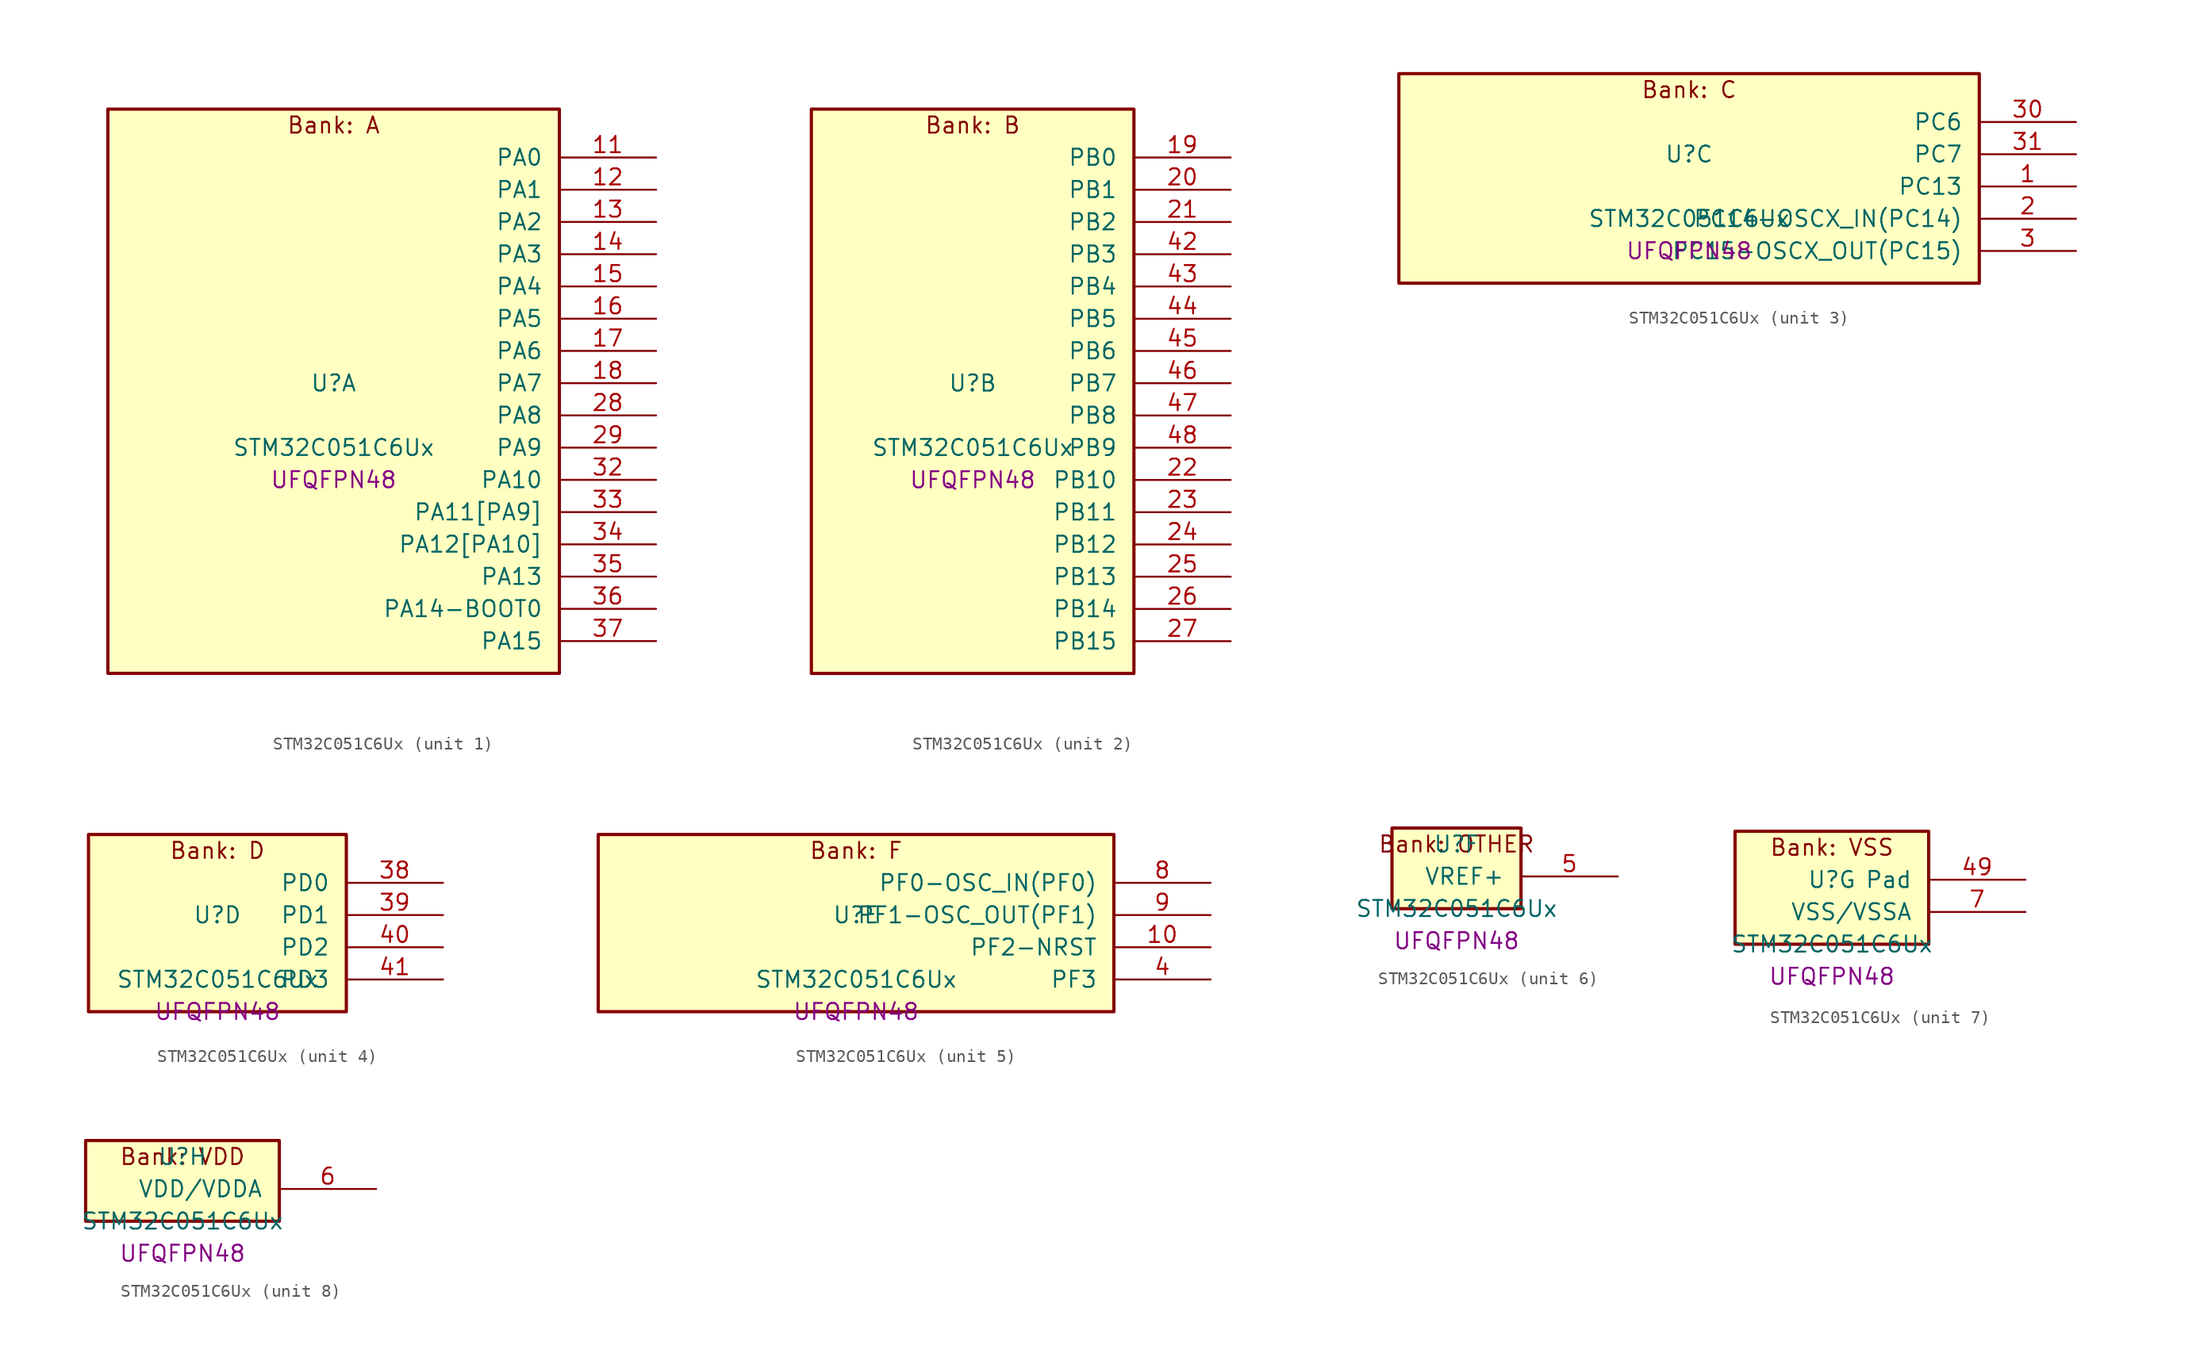
<source format=kicad_sym>
(kicad_symbol_lib
  (version 20241209)
  (generator "stm32_pkl_generator")
  (generator_version "1.0")
  (symbol "STM32C051C6Ux"
    (pin_names
      (offset 1.27))
    (property "Reference" "U"
      (at 0 2.54 0))
    (property "Value" "STM32C051C6Ux"
      (at 0 -2.54 0))
    (property "Footprint" "UFQFPN48"
      (at 0 -5.08 0))
    (symbol "STM32C051C6Ux_1_1"
      (rectangle (start -17.78 24.13) (end 17.78 -20.32) (stroke (width 0.254) (type solid)) (fill (type background)))
      (text "Bank: A" (at 0 22.86 0))
      (pin bidirectional line (at 25.4 20.32 180) (length 7.62) (name "PA0") (number "11") (alternate "PA0/ADC1_IN0" bidirectional line) (alternate "PA0/PWR_WKUP1" bidirectional line) (alternate "PA0/SPI2_SCK" bidirectional line) (alternate "PA0/TIM16_CH1" bidirectional line) (alternate "PA0/TIM1_CH1" bidirectional line) (alternate "PA0/TIM2_CH1" bidirectional line) (alternate "PA0/TIM2_ETR" bidirectional line) (alternate "PA0/USART1_TX" bidirectional line) (alternate "PA0/USART2_CTS" bidirectional line) (alternate "PA0/USART2_NSS" bidirectional line))
      (pin bidirectional line (at 25.4 17.78 180) (length 7.62) (name "PA1") (number "12") (alternate "PA1/ADC1_IN1" bidirectional line) (alternate "PA1/I2C1_SMBA" bidirectional line) (alternate "PA1/I2S1_CK" bidirectional line) (alternate "PA1/SPI1_SCK" bidirectional line) (alternate "PA1/TIM17_CH1" bidirectional line) (alternate "PA1/TIM1_CH2" bidirectional line) (alternate "PA1/TIM2_CH2" bidirectional line) (alternate "PA1/USART1_RX" bidirectional line) (alternate "PA1/USART2_CK" bidirectional line) (alternate "PA1/USART2_DE" bidirectional line) (alternate "PA1/USART2_RTS" bidirectional line))
      (pin bidirectional line (at 25.4 15.24 180) (length 7.62) (name "PA2") (number "13") (alternate "PA2/ADC1_IN2" bidirectional line) (alternate "PA2/I2S1_SD" bidirectional line) (alternate "PA2/PWR_WKUP4" bidirectional line) (alternate "PA2/RCC_LSCO" bidirectional line) (alternate "PA2/SPI1_MOSI" bidirectional line) (alternate "PA2/TIM16_CH1N" bidirectional line) (alternate "PA2/TIM1_CH3" bidirectional line) (alternate "PA2/TIM2_CH3" bidirectional line) (alternate "PA2/TIM3_ETR" bidirectional line) (alternate "PA2/USART2_TX" bidirectional line))
      (pin bidirectional line (at 25.4 12.7 180) (length 7.62) (name "PA3") (number "14") (alternate "PA3/ADC1_IN3" bidirectional line) (alternate "PA3/SPI2_MISO" bidirectional line) (alternate "PA3/TIM1_CH1N" bidirectional line) (alternate "PA3/TIM1_CH4" bidirectional line) (alternate "PA3/TIM2_CH4" bidirectional line) (alternate "PA3/USART2_RX" bidirectional line))
      (pin bidirectional line (at 25.4 10.16 180) (length 7.62) (name "PA4") (number "15") (alternate "PA4/ADC1_IN4" bidirectional line) (alternate "PA4/I2S1_WS" bidirectional line) (alternate "PA4/RTC_OUT2" bidirectional line) (alternate "PA4/SPI1_NSS" bidirectional line) (alternate "PA4/SPI2_MOSI" bidirectional line) (alternate "PA4/TIM14_CH1" bidirectional line) (alternate "PA4/TIM17_CH1N" bidirectional line) (alternate "PA4/TIM1_CH2N" bidirectional line) (alternate "PA4/USART2_TX" bidirectional line))
      (pin bidirectional line (at 25.4 7.62 180) (length 7.62) (name "PA5") (number "16") (alternate "PA5/ADC1_IN5" bidirectional line) (alternate "PA5/I2S1_CK" bidirectional line) (alternate "PA5/SPI1_SCK" bidirectional line) (alternate "PA5/TIM1_CH1" bidirectional line) (alternate "PA5/TIM1_CH3N" bidirectional line) (alternate "PA5/TIM2_CH1" bidirectional line) (alternate "PA5/TIM2_ETR" bidirectional line) (alternate "PA5/USART2_RX" bidirectional line))
      (pin bidirectional line (at 25.4 5.08 180) (length 7.62) (name "PA6") (number "17") (alternate "PA6/ADC1_IN6" bidirectional line) (alternate "PA6/I2C2_SDA" bidirectional line) (alternate "PA6/I2S1_MCK" bidirectional line) (alternate "PA6/SPI1_MISO" bidirectional line) (alternate "PA6/TIM16_CH1" bidirectional line) (alternate "PA6/TIM1_BKIN" bidirectional line) (alternate "PA6/TIM3_CH1" bidirectional line) (alternate "PA6/USART1_TX" bidirectional line))
      (pin bidirectional line (at 25.4 2.54 180) (length 7.62) (name "PA7") (number "18") (alternate "PA7/ADC1_IN7" bidirectional line) (alternate "PA7/I2C2_SCL" bidirectional line) (alternate "PA7/I2S1_SD" bidirectional line) (alternate "PA7/SPI1_MOSI" bidirectional line) (alternate "PA7/TIM14_CH1" bidirectional line) (alternate "PA7/TIM17_CH1" bidirectional line) (alternate "PA7/TIM1_CH1N" bidirectional line) (alternate "PA7/TIM3_CH2" bidirectional line) (alternate "PA7/USART1_RX" bidirectional line))
      (pin bidirectional line (at 25.4 0 180) (length 7.62) (name "PA8") (number "28") (alternate "PA8/ADC1_IN8" bidirectional line) (alternate "PA8/I2S1_WS" bidirectional line) (alternate "PA8/RCC_MCO" bidirectional line) (alternate "PA8/RCC_MCO_2" bidirectional line) (alternate "PA8/SPI1_NSS" bidirectional line) (alternate "PA8/SPI2_MISO" bidirectional line) (alternate "PA8/SPI2_NSS" bidirectional line) (alternate "PA8/TIM14_CH1" bidirectional line) (alternate "PA8/TIM1_CH1" bidirectional line) (alternate "PA8/TIM1_CH2N" bidirectional line) (alternate "PA8/TIM1_CH3N" bidirectional line) (alternate "PA8/TIM3_CH3" bidirectional line) (alternate "PA8/TIM3_CH4" bidirectional line) (alternate "PA8/USART1_RX" bidirectional line) (alternate "PA8/USART2_TX" bidirectional line))
      (pin bidirectional line (at 25.4 -2.54 180) (length 7.62) (name "PA9") (number "29") (alternate "PA9/I2C1_SCL" bidirectional line) (alternate "PA9/I2C2_SCL" bidirectional line) (alternate "PA9/RCC_MCO" bidirectional line) (alternate "PA9/SPI2_MISO" bidirectional line) (alternate "PA9/TIM1_CH2" bidirectional line) (alternate "PA9/TIM3_ETR" bidirectional line) (alternate "PA9/USART1_TX" bidirectional line) (alternate "PA9/NC" bidirectional line))
      (pin bidirectional line (at 25.4 -5.08 180) (length 7.62) (name "PA10") (number "32") (alternate "PA10/I2C1_SDA" bidirectional line) (alternate "PA10/I2C2_SDA" bidirectional line) (alternate "PA10/RCC_MCO_2" bidirectional line) (alternate "PA10/SPI2_MOSI" bidirectional line) (alternate "PA10/TIM17_BKIN" bidirectional line) (alternate "PA10/TIM1_CH3" bidirectional line) (alternate "PA10/USART1_RX" bidirectional line) (alternate "PA10/NC" bidirectional line))
      (pin bidirectional line (at 25.4 -7.62 180) (length 7.62) (name "PA11[PA9]") (number "33") (alternate "PA11[PA9]/ADC1_EXTI11" bidirectional line) (alternate "PA11[PA9]/ADC1_IN11" bidirectional line) (alternate "PA11[PA9]/I2C2_SCL" bidirectional line) (alternate "PA11[PA9]/I2S1_MCK" bidirectional line) (alternate "PA11[PA9]/SPI1_MISO" bidirectional line) (alternate "PA11[PA9]/TIM1_BKIN2" bidirectional line) (alternate "PA11[PA9]/TIM1_CH4" bidirectional line) (alternate "PA11[PA9]/USART1_CTS" bidirectional line) (alternate "PA11[PA9]/USART1_NSS" bidirectional line) (alternate "PA11[PA9]/PA9[PA11]" bidirectional line) (alternate "PA11[PA9]/I2C1_SCL" bidirectional line) (alternate "PA11[PA9]/RCC_MCO" bidirectional line) (alternate "PA11[PA9]/SPI2_MISO" bidirectional line) (alternate "PA11[PA9]/TIM1_CH2" bidirectional line) (alternate "PA11[PA9]/TIM3_ETR" bidirectional line) (alternate "PA11[PA9]/USART1_TX" bidirectional line))
      (pin bidirectional line (at 25.4 -10.16 180) (length 7.62) (name "PA12[PA10]") (number "34") (alternate "PA12[PA10]/ADC1_IN12" bidirectional line) (alternate "PA12[PA10]/I2C2_SDA" bidirectional line) (alternate "PA12[PA10]/I2S1_SD" bidirectional line) (alternate "PA12[PA10]/I2S_CKIN" bidirectional line) (alternate "PA12[PA10]/SPI1_MOSI" bidirectional line) (alternate "PA12[PA10]/TIM1_ETR" bidirectional line) (alternate "PA12[PA10]/USART1_CK" bidirectional line) (alternate "PA12[PA10]/USART1_DE" bidirectional line) (alternate "PA12[PA10]/USART1_RTS" bidirectional line) (alternate "PA12[PA10]/PA10[PA12]" bidirectional line) (alternate "PA12[PA10]/I2C1_SDA" bidirectional line) (alternate "PA12[PA10]/RCC_MCO_2" bidirectional line) (alternate "PA12[PA10]/SPI2_MOSI" bidirectional line) (alternate "PA12[PA10]/TIM17_BKIN" bidirectional line) (alternate "PA12[PA10]/TIM1_CH3" bidirectional line) (alternate "PA12[PA10]/USART1_RX" bidirectional line))
      (pin bidirectional line (at 25.4 -12.7 180) (length 7.62) (name "PA13") (number "35") (alternate "PA13/ADC1_IN13" bidirectional line) (alternate "PA13/DEBUG_SWDIO" bidirectional line) (alternate "PA13/IR_OUT" bidirectional line) (alternate "PA13/TIM3_ETR" bidirectional line) (alternate "PA13/USART2_RX" bidirectional line))
      (pin bidirectional line (at 25.4 -15.24 180) (length 7.62) (name "PA14-BOOT0") (number "36") (alternate "PA14-BOOT0/ADC1_IN14" bidirectional line) (alternate "PA14-BOOT0/BOOT0" bidirectional line) (alternate "PA14-BOOT0/DEBUG_SWCLK" bidirectional line) (alternate "PA14-BOOT0/I2S1_WS" bidirectional line) (alternate "PA14-BOOT0/RCC_MCO_2" bidirectional line) (alternate "PA14-BOOT0/SPI1_NSS" bidirectional line) (alternate "PA14-BOOT0/TIM1_CH1" bidirectional line) (alternate "PA14-BOOT0/USART1_CK" bidirectional line) (alternate "PA14-BOOT0/USART1_DE" bidirectional line) (alternate "PA14-BOOT0/USART1_RTS" bidirectional line) (alternate "PA14-BOOT0/USART2_RX" bidirectional line) (alternate "PA14-BOOT0/USART2_TX" bidirectional line))
      (pin bidirectional line (at 25.4 -17.78 180) (length 7.62) (name "PA15") (number "37") (alternate "PA15/I2S1_WS" bidirectional line) (alternate "PA15/RCC_MCO_2" bidirectional line) (alternate "PA15/SPI1_NSS" bidirectional line) (alternate "PA15/TIM1_CH1" bidirectional line) (alternate "PA15/TIM2_CH1" bidirectional line) (alternate "PA15/TIM2_ETR" bidirectional line) (alternate "PA15/USART1_CK" bidirectional line) (alternate "PA15/USART1_DE" bidirectional line) (alternate "PA15/USART1_RTS" bidirectional line) (alternate "PA15/USART2_RX" bidirectional line)))
    (symbol "STM32C051C6Ux_2_1"
      (rectangle (start -12.7 24.13) (end 12.7 -20.32) (stroke (width 0.254) (type solid)) (fill (type background)))
      (text "Bank: B" (at 0 22.86 0))
      (pin bidirectional line (at 20.32 20.32 180) (length 7.62) (name "PB0") (number "19") (alternate "PB0/ADC1_IN17" bidirectional line) (alternate "PB0/I2S1_WS" bidirectional line) (alternate "PB0/SPI1_NSS" bidirectional line) (alternate "PB0/TIM1_CH2N" bidirectional line) (alternate "PB0/TIM3_CH3" bidirectional line))
      (pin bidirectional line (at 20.32 17.78 180) (length 7.62) (name "PB1") (number "20") (alternate "PB1/ADC1_IN18" bidirectional line) (alternate "PB1/TIM14_CH1" bidirectional line) (alternate "PB1/TIM1_CH2N" bidirectional line) (alternate "PB1/TIM1_CH3N" bidirectional line) (alternate "PB1/TIM3_CH4" bidirectional line))
      (pin bidirectional line (at 20.32 15.24 180) (length 7.62) (name "PB2") (number "21") (alternate "PB2/ADC1_IN19" bidirectional line) (alternate "PB2/RCC_MCO_2" bidirectional line) (alternate "PB2/SPI2_MISO" bidirectional line) (alternate "PB2/USART1_RX" bidirectional line))
      (pin bidirectional line (at 20.32 12.7 180) (length 7.62) (name "PB3") (number "42") (alternate "PB3/I2C2_SCL" bidirectional line) (alternate "PB3/I2S1_CK" bidirectional line) (alternate "PB3/SPI1_SCK" bidirectional line) (alternate "PB3/TIM1_CH2" bidirectional line) (alternate "PB3/TIM2_CH2" bidirectional line) (alternate "PB3/TIM3_CH2" bidirectional line) (alternate "PB3/USART1_CK" bidirectional line) (alternate "PB3/USART1_DE" bidirectional line) (alternate "PB3/USART1_RTS" bidirectional line))
      (pin bidirectional line (at 20.32 10.16 180) (length 7.62) (name "PB4") (number "43") (alternate "PB4/I2C2_SDA" bidirectional line) (alternate "PB4/I2S1_MCK" bidirectional line) (alternate "PB4/SPI1_MISO" bidirectional line) (alternate "PB4/TIM17_BKIN" bidirectional line) (alternate "PB4/TIM3_CH1" bidirectional line) (alternate "PB4/USART1_CTS" bidirectional line) (alternate "PB4/USART1_NSS" bidirectional line))
      (pin bidirectional line (at 20.32 7.62 180) (length 7.62) (name "PB5") (number "44") (alternate "PB5/I2C1_SMBA" bidirectional line) (alternate "PB5/I2S1_SD" bidirectional line) (alternate "PB5/PWR_WKUP6" bidirectional line) (alternate "PB5/SPI1_MOSI" bidirectional line) (alternate "PB5/TIM16_BKIN" bidirectional line) (alternate "PB5/TIM3_CH2" bidirectional line) (alternate "PB5/TIM3_CH3" bidirectional line))
      (pin bidirectional line (at 20.32 5.08 180) (length 7.62) (name "PB6") (number "45") (alternate "PB6/I2C1_SCL" bidirectional line) (alternate "PB6/I2C1_SMBA" bidirectional line) (alternate "PB6/I2S1_CK" bidirectional line) (alternate "PB6/I2S1_MCK" bidirectional line) (alternate "PB6/I2S1_SD" bidirectional line) (alternate "PB6/PWR_WKUP3" bidirectional line) (alternate "PB6/SPI1_MISO" bidirectional line) (alternate "PB6/SPI1_MOSI" bidirectional line) (alternate "PB6/SPI1_SCK" bidirectional line) (alternate "PB6/SPI2_MISO" bidirectional line) (alternate "PB6/TIM16_BKIN" bidirectional line) (alternate "PB6/TIM16_CH1N" bidirectional line) (alternate "PB6/TIM17_BKIN" bidirectional line) (alternate "PB6/TIM1_CH2" bidirectional line) (alternate "PB6/TIM1_CH3" bidirectional line) (alternate "PB6/TIM3_CH1" bidirectional line) (alternate "PB6/TIM3_CH2" bidirectional line) (alternate "PB6/TIM3_CH3" bidirectional line) (alternate "PB6/USART1_CTS" bidirectional line) (alternate "PB6/USART1_NSS" bidirectional line) (alternate "PB6/USART1_TX" bidirectional line))
      (pin bidirectional line (at 20.32 2.54 180) (length 7.62) (name "PB7") (number "46") (alternate "PB7/I2C1_SCL" bidirectional line) (alternate "PB7/I2C1_SDA" bidirectional line) (alternate "PB7/SPI2_MOSI" bidirectional line) (alternate "PB7/TIM16_CH1" bidirectional line) (alternate "PB7/TIM17_CH1N" bidirectional line) (alternate "PB7/TIM1_CH1" bidirectional line) (alternate "PB7/TIM1_CH4" bidirectional line) (alternate "PB7/TIM3_CH1" bidirectional line) (alternate "PB7/TIM3_CH4" bidirectional line) (alternate "PB7/USART1_RX" bidirectional line) (alternate "PB7/USART2_CTS" bidirectional line) (alternate "PB7/USART2_NSS" bidirectional line))
      (pin bidirectional line (at 20.32 0 180) (length 7.62) (name "PB8") (number "47") (alternate "PB8/I2C1_SCL" bidirectional line) (alternate "PB8/SPI2_SCK" bidirectional line) (alternate "PB8/TIM16_CH1" bidirectional line) (alternate "PB8/TIM3_CH1" bidirectional line) (alternate "PB8/USART2_CTS" bidirectional line) (alternate "PB8/USART2_NSS" bidirectional line))
      (pin bidirectional line (at 20.32 -2.54 180) (length 7.62) (name "PB9") (number "48") (alternate "PB9/I2C1_SDA" bidirectional line) (alternate "PB9/IR_OUT" bidirectional line) (alternate "PB9/SPI2_NSS" bidirectional line) (alternate "PB9/TIM17_CH1" bidirectional line) (alternate "PB9/TIM3_CH2" bidirectional line) (alternate "PB9/USART2_CK" bidirectional line) (alternate "PB9/USART2_DE" bidirectional line) (alternate "PB9/USART2_RTS" bidirectional line))
      (pin bidirectional line (at 20.32 -5.08 180) (length 7.62) (name "PB10") (number "22") (alternate "PB10/ADC1_IN20" bidirectional line) (alternate "PB10/I2C2_SCL" bidirectional line) (alternate "PB10/SPI2_SCK" bidirectional line) (alternate "PB10/TIM2_CH3" bidirectional line))
      (pin bidirectional line (at 20.32 -7.62 180) (length 7.62) (name "PB11") (number "23") (alternate "PB11/ADC1_EXTI11" bidirectional line) (alternate "PB11/ADC1_IN21" bidirectional line) (alternate "PB11/I2C2_SDA" bidirectional line) (alternate "PB11/SPI2_MOSI" bidirectional line) (alternate "PB11/TIM2_CH4" bidirectional line))
      (pin bidirectional line (at 20.32 -10.16 180) (length 7.62) (name "PB12") (number "24") (alternate "PB12/ADC1_IN22" bidirectional line) (alternate "PB12/SPI2_NSS" bidirectional line) (alternate "PB12/TIM1_BKIN" bidirectional line) (alternate "PB12/TIM1_BKIN2" bidirectional line))
      (pin bidirectional line (at 20.32 -12.7 180) (length 7.62) (name "PB13") (number "25") (alternate "PB13/I2C2_SCL" bidirectional line) (alternate "PB13/SPI2_SCK" bidirectional line) (alternate "PB13/TIM1_CH1N" bidirectional line))
      (pin bidirectional line (at 20.32 -15.24 180) (length 7.62) (name "PB14") (number "26") (alternate "PB14/I2C2_SDA" bidirectional line) (alternate "PB14/SPI2_MISO" bidirectional line) (alternate "PB14/TIM1_CH2N" bidirectional line))
      (pin bidirectional line (at 20.32 -17.78 180) (length 7.62) (name "PB15") (number "27") (alternate "PB15/RTC_REFIN" bidirectional line) (alternate "PB15/SPI2_MOSI" bidirectional line) (alternate "PB15/TIM1_CH3N" bidirectional line)))
    (symbol "STM32C051C6Ux_3_1"
      (rectangle (start -22.86 8.89) (end 22.86 -7.62) (stroke (width 0.254) (type solid)) (fill (type background)))
      (text "Bank: C" (at 0 7.62 0))
      (pin bidirectional line (at 30.48 5.08 180) (length 7.62) (name "PC6") (number "30") (alternate "PC6/TIM2_CH3" bidirectional line) (alternate "PC6/TIM3_CH1" bidirectional line))
      (pin bidirectional line (at 30.48 2.54 180) (length 7.62) (name "PC7") (number "31") (alternate "PC7/TIM2_CH4" bidirectional line) (alternate "PC7/TIM3_CH2" bidirectional line))
      (pin bidirectional line (at 30.48 0 180) (length 7.62) (name "PC13") (number "1") (alternate "PC13/PWR_WKUP2" bidirectional line) (alternate "PC13/RTC_OUT1" bidirectional line) (alternate "PC13/RTC_TS" bidirectional line) (alternate "PC13/TIM1_BKIN" bidirectional line) (alternate "PC13/TIM1_ETR" bidirectional line))
      (pin bidirectional line (at 30.48 -2.54 180) (length 7.62) (name "PC14-OSCX_IN(PC14)") (number "2") (alternate "PC14-OSCX_IN(PC14)/I2C1_SDA" bidirectional line) (alternate "PC14-OSCX_IN(PC14)/IR_OUT" bidirectional line) (alternate "PC14-OSCX_IN(PC14)/RCC_OSCX_IN" bidirectional line) (alternate "PC14-OSCX_IN(PC14)/SPI2_NSS" bidirectional line) (alternate "PC14-OSCX_IN(PC14)/TIM17_CH1" bidirectional line) (alternate "PC14-OSCX_IN(PC14)/TIM1_BKIN2" bidirectional line) (alternate "PC14-OSCX_IN(PC14)/TIM1_ETR" bidirectional line) (alternate "PC14-OSCX_IN(PC14)/TIM3_CH2" bidirectional line) (alternate "PC14-OSCX_IN(PC14)/USART1_RX" bidirectional line) (alternate "PC14-OSCX_IN(PC14)/USART1_TX" bidirectional line) (alternate "PC14-OSCX_IN(PC14)/USART2_CK" bidirectional line) (alternate "PC14-OSCX_IN(PC14)/USART2_DE" bidirectional line) (alternate "PC14-OSCX_IN(PC14)/USART2_RTS" bidirectional line))
      (pin bidirectional line (at 30.48 -5.08 180) (length 7.62) (name "PC15-OSCX_OUT(PC15)") (number "3") (alternate "PC15-OSCX_OUT(PC15)/RCC_OSC32_EN" bidirectional line) (alternate "PC15-OSCX_OUT(PC15)/RCC_OSCX_OUT" bidirectional line) (alternate "PC15-OSCX_OUT(PC15)/RCC_OSC_EN" bidirectional line) (alternate "PC15-OSCX_OUT(PC15)/TIM1_CH2" bidirectional line) (alternate "PC15-OSCX_OUT(PC15)/TIM1_ETR" bidirectional line) (alternate "PC15-OSCX_OUT(PC15)/TIM3_CH3" bidirectional line)))
    (symbol "STM32C051C6Ux_4_1"
      (rectangle (start -10.16 8.89) (end 10.16 -5.08) (stroke (width 0.254) (type solid)) (fill (type background)))
      (text "Bank: D" (at 0 7.62 0))
      (pin bidirectional line (at 17.78 5.08 180) (length 7.62) (name "PD0") (number "38") (alternate "PD0/SPI2_NSS" bidirectional line) (alternate "PD0/TIM16_CH1" bidirectional line))
      (pin bidirectional line (at 17.78 2.54 180) (length 7.62) (name "PD1") (number "39") (alternate "PD1/SPI2_SCK" bidirectional line) (alternate "PD1/TIM17_CH1" bidirectional line))
      (pin bidirectional line (at 17.78 0 180) (length 7.62) (name "PD2") (number "40") (alternate "PD2/TIM1_CH1N" bidirectional line) (alternate "PD2/TIM3_ETR" bidirectional line))
      (pin bidirectional line (at 17.78 -2.54 180) (length 7.62) (name "PD3") (number "41") (alternate "PD3/SPI2_MISO" bidirectional line) (alternate "PD3/TIM1_CH2N" bidirectional line) (alternate "PD3/USART2_CTS" bidirectional line) (alternate "PD3/USART2_NSS" bidirectional line)))
    (symbol "STM32C051C6Ux_5_1"
      (rectangle (start -20.32 8.89) (end 20.32 -5.08) (stroke (width 0.254) (type solid)) (fill (type background)))
      (text "Bank: F" (at 0 7.62 0))
      (pin bidirectional line (at 27.94 5.08 180) (length 7.62) (name "PF0-OSC_IN(PF0)") (number "8") (alternate "PF0-OSC_IN(PF0)/RCC_OSC_IN" bidirectional line) (alternate "PF0-OSC_IN(PF0)/TIM14_CH1" bidirectional line))
      (pin bidirectional line (at 27.94 2.54 180) (length 7.62) (name "PF1-OSC_OUT(PF1)") (number "9") (alternate "PF1-OSC_OUT(PF1)/RCC_OSC_EN" bidirectional line) (alternate "PF1-OSC_OUT(PF1)/RCC_OSC_OUT" bidirectional line))
      (pin bidirectional line (at 27.94 0 180) (length 7.62) (name "PF2-NRST") (number "10") (alternate "PF2-NRST/RCC_MCO" bidirectional line) (alternate "PF2-NRST/TIM1_CH4" bidirectional line))
      (pin bidirectional line (at 27.94 -2.54 180) (length 7.62) (name "PF3") (number "4")))
    (symbol "STM32C051C6Ux_6_1"
      (rectangle (start -5.08 3.81) (end 5.08 -2.54) (stroke (width 0.254) (type solid)) (fill (type background)))
      (text "Bank: OTHER" (at 0 2.54 0))
      (pin bidirectional line (at 12.7 0 180) (length 7.62) (name "VREF+") (number "5")))
    (symbol "STM32C051C6Ux_7_1"
      (rectangle (start -7.62 6.35) (end 7.62 -2.54) (stroke (width 0.254) (type solid)) (fill (type background)))
      (text "Bank: VSS" (at 0 5.08 0))
      (pin passive line (at 15.24 2.54 180) (length 7.62) (name "Pad") (number "49"))
      (pin power_in line (at 15.24 0 180) (length 7.62) (name "VSS/VSSA") (number "7")))
    (symbol "STM32C051C6Ux_8_1"
      (rectangle (start -7.62 3.81) (end 7.62 -2.54) (stroke (width 0.254) (type solid)) (fill (type background)))
      (text "Bank: VDD" (at 0 2.54 0))
      (pin power_in line (at 15.24 0 180) (length 7.62) (name "VDD/VDDA") (number "6")))))
</source>
